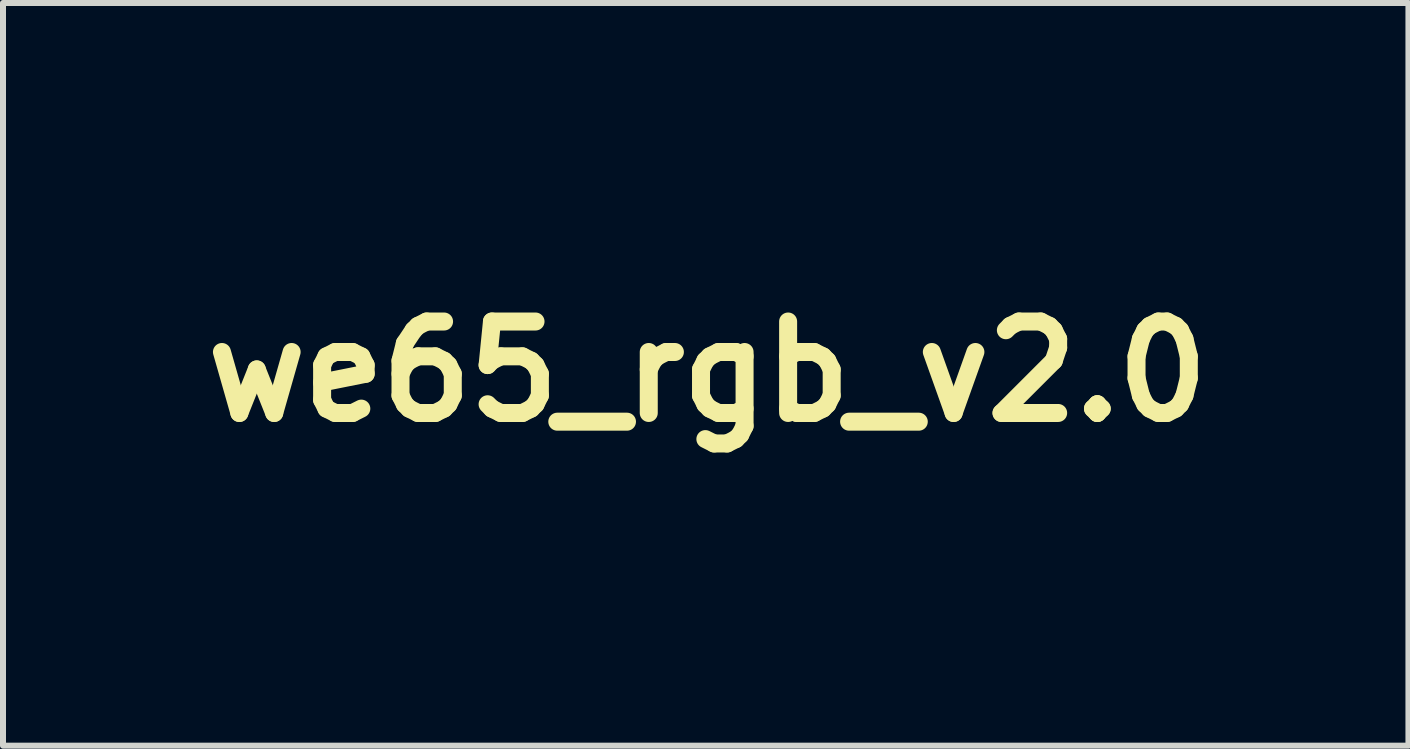
<source format=kicad_pcb>
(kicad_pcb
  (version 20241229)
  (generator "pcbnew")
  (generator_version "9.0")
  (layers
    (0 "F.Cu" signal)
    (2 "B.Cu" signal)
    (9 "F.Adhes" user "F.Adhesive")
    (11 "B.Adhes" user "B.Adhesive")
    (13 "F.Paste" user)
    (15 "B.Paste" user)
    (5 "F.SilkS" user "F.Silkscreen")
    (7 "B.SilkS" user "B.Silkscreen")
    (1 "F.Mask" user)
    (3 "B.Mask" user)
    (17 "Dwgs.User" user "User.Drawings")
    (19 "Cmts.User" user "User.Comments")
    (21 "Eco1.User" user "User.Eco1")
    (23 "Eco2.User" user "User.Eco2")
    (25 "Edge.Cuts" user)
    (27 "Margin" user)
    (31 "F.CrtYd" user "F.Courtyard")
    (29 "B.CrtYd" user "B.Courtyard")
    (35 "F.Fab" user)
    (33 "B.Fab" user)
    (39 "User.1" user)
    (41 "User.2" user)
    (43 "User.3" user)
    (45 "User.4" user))
  (footprint "we65_rgb_v2.0"
    (layer "F.Cu")
    (at 8.74 3.142)
    (property "Reference" "we65_rgb_v2.0" (at 0 0 0) (layer "F.SilkS") (effects (font (size 1.524 1.524) (thickness 0.3))))
    (attr through_hole)
    (fp_poly (pts (xy -4.705 1.639) (xy -4.916 1.639) (xy -4.916 2.224) (xy -5.22 2.224) (xy -5.22 1.541) (xy -5.152 1.473) (xy -5.115 1.439) (xy -5.078 1.418) (xy -5.029 1.408) (xy -4.953 1.405) (xy -4.895 1.405) (xy -4.705 1.405) (xy -4.705 1.639)) (stroke (width 0.01) (type solid)) (fill yes) (layer "F.Mask"))
    (fp_poly (pts (xy 6.064 0.119) (xy 6.102 0.166) (xy 6.11 0.206) (xy 6.101 0.264) (xy 6.082 0.3) (xy 6.025 0.328) (xy 5.96 0.323) (xy 5.907 0.288) (xy 5.894 0.267) (xy 5.882 0.197) (xy 5.914 0.137) (xy 5.952 0.108) (xy 6.009 0.096) (xy 6.064 0.119)) (stroke (width 0.01) (type solid)) (fill yes) (layer "F.Mask"))
    (fp_poly (pts (xy -6.475 1.939) (xy -6.421 1.987) (xy -6.394 2.054) (xy -6.4 2.125) (xy -6.442 2.19) (xy -6.453 2.199) (xy -6.527 2.24) (xy -6.594 2.238) (xy -6.661 2.19) (xy -6.661 2.19) (xy -6.709 2.123) (xy -6.712 2.056) (xy -6.67 1.981) (xy -6.67 1.981) (xy -6.606 1.93) (xy -6.553 1.92) (xy -6.475 1.939)) (stroke (width 0.01) (type solid)) (fill yes) (layer "F.Mask"))
    (fp_poly (pts (xy 6.361 -0.722) (xy 6.416 -0.681) (xy 6.472 -0.595) (xy 6.489 -0.499) (xy 6.468 -0.403) (xy 6.413 -0.32) (xy 6.344 -0.269) (xy 6.265 -0.239) (xy 6.193 -0.242) (xy 6.118 -0.272) (xy 6.042 -0.333) (xy 5.992 -0.421) (xy 5.976 -0.52) (xy 5.98 -0.551) (xy 6.018 -0.64) (xy 6.086 -0.705) (xy 6.174 -0.743) (xy 6.269 -0.75) (xy 6.361 -0.722)) (stroke (width 0.01) (type solid)) (fill yes) (layer "F.Mask"))
    (fp_poly (pts (xy -0.665 1.21) (xy -0.615 1.253) (xy -0.549 1.315) (xy -0.473 1.389) (xy -0.395 1.467) (xy -0.322 1.543) (xy -0.262 1.607) (xy -0.223 1.654) (xy -0.211 1.675) (xy -0.226 1.699) (xy -0.27 1.749) (xy -0.335 1.819) (xy -0.416 1.902) (xy -0.451 1.938) (xy -0.691 2.177) (xy -0.943 1.925) (xy -1.194 1.673) (xy -0.954 1.433) (xy -0.867 1.348) (xy -0.79 1.277) (xy -0.731 1.224) (xy -0.696 1.197) (xy -0.69 1.194) (xy -0.665 1.21)) (stroke (width 0.01) (type solid)) (fill yes) (layer "F.Mask"))
    (fp_poly (pts (xy -0.98 -1.506) (xy -0.859 -1.47) (xy -0.752 -1.403) (xy -0.666 -1.309) (xy -0.608 -1.191) (xy -0.585 -1.053) (xy -0.585 -1.045) (xy -0.607 -0.911) (xy -0.668 -0.785) (xy -0.76 -0.678) (xy -0.847 -0.618) (xy -0.926 -0.594) (xy -1.029 -0.585) (xy -1.137 -0.59) (xy -1.231 -0.609) (xy -1.276 -0.629) (xy -1.393 -0.726) (xy -1.472 -0.842) (xy -1.513 -0.97) (xy -1.514 -1.103) (xy -1.476 -1.233) (xy -1.396 -1.352) (xy -1.35 -1.398) (xy -1.233 -1.474) (xy -1.107 -1.509) (xy -0.98 -1.506)) (stroke (width 0.01) (type solid)) (fill yes) (layer "F.Mask"))
    (fp_poly (pts (xy 6.498 -1.574) (xy 6.702 -1.502) (xy 6.891 -1.389) (xy 6.995 -1.303) (xy 7.113 -1.176) (xy 7.196 -1.055) (xy 7.243 -0.942) (xy 7.251 -0.843) (xy 7.22 -0.76) (xy 7.2 -0.736) (xy 7.128 -0.694) (xy 7.038 -0.678) (xy 6.95 -0.692) (xy 6.923 -0.704) (xy 6.887 -0.74) (xy 6.847 -0.798) (xy 6.838 -0.815) (xy 6.758 -0.929) (xy 6.647 -1.034) (xy 6.521 -1.115) (xy 6.498 -1.125) (xy 6.37 -1.163) (xy 6.228 -1.176) (xy 6.09 -1.163) (xy 6.008 -1.138) (xy 5.897 -1.105) (xy 5.808 -1.108) (xy 5.732 -1.149) (xy 5.71 -1.169) (xy 5.654 -1.25) (xy 5.643 -1.332) (xy 5.674 -1.412) (xy 5.745 -1.482) (xy 5.855 -1.54) (xy 5.859 -1.541) (xy 6.069 -1.596) (xy 6.285 -1.606) (xy 6.498 -1.574)) (stroke (width 0.01) (type solid)) (fill yes) (layer "F.Mask"))
    (fp_poly (pts (xy -7.187 1.129) (xy -7.076 1.146) (xy -6.994 1.178) (xy -6.934 1.23) (xy -6.888 1.305) (xy -6.88 1.32) (xy -6.844 1.44) (xy -6.849 1.55) (xy -6.897 1.653) (xy -6.99 1.753) (xy -7.087 1.826) (xy -7.245 1.931) (xy -6.836 1.945) (xy -6.836 2.224) (xy -7.134 2.222) (xy -7.252 2.22) (xy -7.356 2.216) (xy -7.436 2.209) (xy -7.481 2.202) (xy -7.482 2.201) (xy -7.553 2.151) (xy -7.607 2.073) (xy -7.631 1.988) (xy -7.632 1.976) (xy -7.624 1.919) (xy -7.596 1.864) (xy -7.543 1.804) (xy -7.459 1.734) (xy -7.351 1.655) (xy -7.245 1.572) (xy -7.183 1.505) (xy -7.166 1.453) (xy -7.193 1.415) (xy -7.264 1.391) (xy -7.38 1.382) (xy -7.414 1.381) (xy -7.585 1.381) (xy -7.585 1.124) (xy -7.336 1.124) (xy -7.187 1.129)) (stroke (width 0.01) (type solid)) (fill yes) (layer "F.Mask"))
    (fp_poly (pts (xy 3.465 1.129) (xy 3.576 1.146) (xy 3.658 1.178) (xy 3.717 1.23) (xy 3.764 1.305) (xy 3.771 1.32) (xy 3.808 1.44) (xy 3.803 1.55) (xy 3.755 1.653) (xy 3.662 1.753) (xy 3.564 1.826) (xy 3.406 1.931) (xy 3.816 1.945) (xy 3.816 2.224) (xy 3.517 2.222) (xy 3.4 2.22) (xy 3.295 2.216) (xy 3.216 2.209) (xy 3.171 2.202) (xy 3.169 2.201) (xy 3.099 2.151) (xy 3.045 2.073) (xy 3.02 1.988) (xy 3.02 1.976) (xy 3.028 1.919) (xy 3.056 1.864) (xy 3.109 1.804) (xy 3.192 1.734) (xy 3.301 1.655) (xy 3.407 1.572) (xy 3.468 1.505) (xy 3.486 1.453) (xy 3.459 1.415) (xy 3.388 1.391) (xy 3.272 1.382) (xy 3.238 1.381) (xy 3.067 1.381) (xy 3.067 1.124) (xy 3.316 1.124) (xy 3.465 1.129)) (stroke (width 0.01) (type solid)) (fill yes) (layer "F.Mask"))
    (fp_poly (pts (xy 1.498 1.129) (xy 1.61 1.146) (xy 1.691 1.178) (xy 1.751 1.23) (xy 1.798 1.305) (xy 1.805 1.32) (xy 1.842 1.44) (xy 1.836 1.55) (xy 1.788 1.653) (xy 1.695 1.753) (xy 1.598 1.826) (xy 1.44 1.931) (xy 1.645 1.938) (xy 1.849 1.945) (xy 1.849 2.224) (xy 1.551 2.222) (xy 1.433 2.22) (xy 1.329 2.216) (xy 1.249 2.209) (xy 1.205 2.202) (xy 1.203 2.201) (xy 1.133 2.151) (xy 1.079 2.073) (xy 1.054 1.988) (xy 1.053 1.976) (xy 1.062 1.919) (xy 1.089 1.864) (xy 1.142 1.804) (xy 1.226 1.734) (xy 1.334 1.655) (xy 1.44 1.572) (xy 1.502 1.505) (xy 1.519 1.453) (xy 1.493 1.415) (xy 1.421 1.391) (xy 1.305 1.382) (xy 1.271 1.381) (xy 1.1 1.381) (xy 1.1 1.124) (xy 1.349 1.124) (xy 1.498 1.129)) (stroke (width 0.01) (type solid)) (fill yes) (layer "F.Mask"))
    (fp_poly (pts (xy 6.458 -2.299) (xy 6.716 -2.251) (xy 6.945 -2.174) (xy 7.158 -2.065) (xy 7.362 -1.923) (xy 7.547 -1.755) (xy 7.707 -1.57) (xy 7.831 -1.376) (xy 7.867 -1.301) (xy 7.896 -1.228) (xy 7.903 -1.173) (xy 7.891 -1.117) (xy 7.889 -1.111) (xy 7.84 -1.028) (xy 7.764 -0.978) (xy 7.674 -0.966) (xy 7.59 -0.989) (xy 7.552 -1.022) (xy 7.505 -1.084) (xy 7.462 -1.157) (xy 7.368 -1.302) (xy 7.242 -1.448) (xy 7.097 -1.582) (xy 6.945 -1.691) (xy 6.855 -1.742) (xy 6.609 -1.836) (xy 6.365 -1.884) (xy 6.121 -1.886) (xy 5.876 -1.84) (xy 5.799 -1.817) (xy 5.658 -1.775) (xy 5.55 -1.758) (xy 5.47 -1.766) (xy 5.413 -1.797) (xy 5.408 -1.802) (xy 5.356 -1.883) (xy 5.345 -1.971) (xy 5.372 -2.057) (xy 5.437 -2.128) (xy 5.475 -2.152) (xy 5.695 -2.24) (xy 5.939 -2.294) (xy 6.196 -2.313) (xy 6.458 -2.299)) (stroke (width 0.01) (type solid)) (fill yes) (layer "F.Mask"))
    (fp_poly (pts (xy 8.048 -0.116) (xy 8.2 -0.115) (xy 8.318 -0.11) (xy 8.406 -0.102) (xy 8.472 -0.088) (xy 8.52 -0.068) (xy 8.556 -0.041) (xy 8.587 -0.005) (xy 8.617 0.038) (xy 8.652 0.127) (xy 8.662 0.236) (xy 8.645 0.344) (xy 8.614 0.417) (xy 8.579 0.467) (xy 8.539 0.506) (xy 8.487 0.535) (xy 8.418 0.556) (xy 8.325 0.57) (xy 8.203 0.579) (xy 8.046 0.582) (xy 7.854 0.583) (xy 7.699 0.581) (xy 7.556 0.578) (xy 7.432 0.574) (xy 7.336 0.568) (xy 7.277 0.562) (xy 7.265 0.56) (xy 7.178 0.513) (xy 7.103 0.433) (xy 7.05 0.335) (xy 7.034 0.274) (xy 7.039 0.158) (xy 7.081 0.047) (xy 7.155 -0.043) (xy 7.194 -0.071) (xy 7.22 -0.085) (xy 7.251 -0.096) (xy 7.292 -0.104) (xy 7.35 -0.11) (xy 7.431 -0.114) (xy 7.541 -0.116) (xy 7.686 -0.117) (xy 7.854 -0.117) (xy 8.048 -0.116)) (stroke (width 0.01) (type solid)) (fill yes) (layer "F.Mask"))
    (fp_poly (pts (xy 7.376 1.403) (xy 7.501 1.464) (xy 7.603 1.557) (xy 7.649 1.626) (xy 7.676 1.715) (xy 7.684 1.824) (xy 7.672 1.931) (xy 7.648 2.005) (xy 7.57 2.108) (xy 7.461 2.188) (xy 7.334 2.235) (xy 7.234 2.246) (xy 7.173 2.238) (xy 7.099 2.218) (xy 7.084 2.213) (xy 6.963 2.147) (xy 6.872 2.052) (xy 6.815 1.937) (xy 6.796 1.817) (xy 7.093 1.817) (xy 7.113 1.888) (xy 7.165 1.939) (xy 7.233 1.963) (xy 7.305 1.954) (xy 7.334 1.937) (xy 7.377 1.879) (xy 7.389 1.804) (xy 7.37 1.73) (xy 7.357 1.711) (xy 7.297 1.667) (xy 7.228 1.66) (xy 7.163 1.685) (xy 7.114 1.737) (xy 7.093 1.812) (xy 7.093 1.817) (xy 6.796 1.817) (xy 6.795 1.809) (xy 6.815 1.679) (xy 6.861 1.577) (xy 6.922 1.511) (xy 7.014 1.451) (xy 7.118 1.405) (xy 7.217 1.382) (xy 7.239 1.381) (xy 7.376 1.403)) (stroke (width 0.01) (type solid)) (fill yes) (layer "F.Mask"))
    (fp_poly (pts (xy -3.277 1.453) (xy -3.208 1.417) (xy -3.102 1.387) (xy -2.987 1.394) (xy -2.875 1.435) (xy -2.78 1.506) (xy -2.734 1.564) (xy -2.688 1.68) (xy -2.677 1.807) (xy -2.7 1.935) (xy -2.754 2.051) (xy -2.835 2.144) (xy -2.883 2.176) (xy -2.977 2.213) (xy -3.091 2.235) (xy -3.203 2.239) (xy -3.282 2.226) (xy -3.399 2.166) (xy -3.493 2.077) (xy -3.537 2.004) (xy -3.553 1.963) (xy -3.565 1.915) (xy -3.573 1.853) (xy -3.575 1.815) (xy -3.273 1.815) (xy -3.254 1.892) (xy -3.2 1.95) (xy -3.186 1.958) (xy -3.111 1.973) (xy -3.045 1.945) (xy -3 1.886) (xy -2.982 1.811) (xy -2.999 1.745) (xy -3.041 1.695) (xy -3.098 1.666) (xy -3.161 1.664) (xy -3.22 1.695) (xy -3.252 1.737) (xy -3.273 1.815) (xy -3.575 1.815) (xy -3.578 1.768) (xy -3.58 1.653) (xy -3.581 1.5) (xy -3.581 1.481) (xy -3.582 1.053) (xy -3.277 1.053) (xy -3.277 1.453)) (stroke (width 0.01) (type solid)) (fill yes) (layer "F.Mask"))
    (fp_poly (pts (xy 6.343 -3.015) (xy 6.531 -3.003) (xy 6.704 -2.984) (xy 6.847 -2.957) (xy 6.871 -2.951) (xy 7.202 -2.837) (xy 7.509 -2.684) (xy 7.791 -2.493) (xy 8.045 -2.265) (xy 8.268 -2.004) (xy 8.444 -1.734) (xy 8.507 -1.612) (xy 8.539 -1.517) (xy 8.541 -1.441) (xy 8.513 -1.376) (xy 8.476 -1.333) (xy 8.395 -1.277) (xy 8.308 -1.266) (xy 8.225 -1.299) (xy 8.224 -1.299) (xy 8.189 -1.336) (xy 8.142 -1.402) (xy 8.093 -1.482) (xy 8.089 -1.49) (xy 7.916 -1.758) (xy 7.713 -1.992) (xy 7.483 -2.191) (xy 7.227 -2.352) (xy 6.951 -2.474) (xy 6.656 -2.555) (xy 6.35 -2.592) (xy 6.094 -2.593) (xy 5.862 -2.567) (xy 5.64 -2.512) (xy 5.537 -2.477) (xy 5.392 -2.427) (xy 5.281 -2.4) (xy 5.199 -2.396) (xy 5.14 -2.416) (xy 5.095 -2.462) (xy 5.066 -2.518) (xy 5.048 -2.614) (xy 5.075 -2.702) (xy 5.142 -2.776) (xy 5.189 -2.805) (xy 5.295 -2.85) (xy 5.431 -2.898) (xy 5.582 -2.942) (xy 5.732 -2.978) (xy 5.834 -2.997) (xy 5.98 -3.012) (xy 6.155 -3.018) (xy 6.343 -3.015)) (stroke (width 0.01) (type solid)) (fill yes) (layer "F.Mask"))
    (fp_poly (pts (xy 3.629 -2.506) (xy 3.155 -2.5) (xy 2.68 -2.493) (xy 2.674 -2.374) (xy 2.667 -2.254) (xy 2.922 -2.242) (xy 3.052 -2.234) (xy 3.148 -2.222) (xy 3.225 -2.203) (xy 3.297 -2.175) (xy 3.308 -2.17) (xy 3.474 -2.071) (xy 3.608 -1.941) (xy 3.706 -1.785) (xy 3.71 -1.776) (xy 3.741 -1.702) (xy 3.759 -1.64) (xy 3.767 -1.573) (xy 3.767 -1.485) (xy 3.764 -1.419) (xy 3.746 -1.251) (xy 3.706 -1.114) (xy 3.637 -0.994) (xy 3.533 -0.877) (xy 3.514 -0.859) (xy 3.45 -0.801) (xy 3.393 -0.754) (xy 3.336 -0.718) (xy 3.273 -0.69) (xy 3.197 -0.67) (xy 3.104 -0.657) (xy 2.986 -0.648) (xy 2.837 -0.642) (xy 2.651 -0.639) (xy 2.522 -0.637) (xy 1.873 -0.629) (xy 1.873 -1.264) (xy 2.361 -1.264) (xy 2.552 -1.265) (xy 2.702 -1.269) (xy 2.816 -1.276) (xy 2.899 -1.288) (xy 2.957 -1.305) (xy 2.995 -1.327) (xy 3.019 -1.356) (xy 3.02 -1.359) (xy 3.044 -1.444) (xy 3.029 -1.527) (xy 2.982 -1.59) (xy 2.958 -1.607) (xy 2.93 -1.619) (xy 2.892 -1.628) (xy 2.835 -1.633) (xy 2.755 -1.637) (xy 2.643 -1.638) (xy 2.492 -1.639) (xy 2.443 -1.639) (xy 1.966 -1.639) (xy 1.966 -3.137) (xy 3.629 -3.137) (xy 3.629 -2.506)) (stroke (width 0.01) (type solid)) (fill yes) (layer "F.Mask"))
    (fp_poly (pts (xy -7.808 1.405) (xy -7.75 1.408) (xy -7.725 1.411) (xy -7.725 1.411) (xy -7.733 1.439) (xy -7.753 1.501) (xy -7.782 1.589) (xy -7.817 1.694) (xy -7.856 1.805) (xy -7.894 1.915) (xy -7.929 2.013) (xy -7.957 2.09) (xy -7.975 2.138) (xy -7.979 2.147) (xy -8.024 2.192) (xy -8.097 2.227) (xy -8.179 2.246) (xy -8.203 2.246) (xy -8.26 2.235) (xy -8.314 2.212) (xy -8.364 2.174) (xy -8.392 2.137) (xy -8.405 2.102) (xy -8.429 2.035) (xy -8.46 1.944) (xy -8.496 1.839) (xy -8.533 1.729) (xy -8.569 1.622) (xy -8.601 1.529) (xy -8.624 1.457) (xy -8.637 1.417) (xy -8.638 1.411) (xy -8.617 1.408) (xy -8.561 1.406) (xy -8.481 1.405) (xy -8.476 1.405) (xy -8.388 1.407) (xy -8.336 1.414) (xy -8.31 1.43) (xy -8.302 1.446) (xy -8.292 1.485) (xy -8.275 1.558) (xy -8.254 1.653) (xy -8.24 1.716) (xy -8.218 1.811) (xy -8.198 1.885) (xy -8.183 1.928) (xy -8.178 1.935) (xy -8.168 1.909) (xy -8.152 1.847) (xy -8.132 1.762) (xy -8.122 1.717) (xy -8.1 1.618) (xy -8.081 1.531) (xy -8.068 1.471) (xy -8.065 1.457) (xy -8.054 1.43) (xy -8.032 1.414) (xy -7.986 1.407) (xy -7.907 1.405) (xy -7.889 1.405) (xy -7.808 1.405)) (stroke (width 0.01) (type solid)) (fill yes) (layer "F.Mask"))
    (fp_poly (pts (xy 8.579 1.405) (xy 8.637 1.408) (xy 8.662 1.411) (xy 8.662 1.411) (xy 8.654 1.439) (xy 8.635 1.501) (xy 8.605 1.589) (xy 8.57 1.694) (xy 8.531 1.805) (xy 8.493 1.915) (xy 8.459 2.013) (xy 8.43 2.09) (xy 8.412 2.138) (xy 8.408 2.147) (xy 8.363 2.192) (xy 8.29 2.227) (xy 8.208 2.246) (xy 8.184 2.246) (xy 8.127 2.235) (xy 8.073 2.212) (xy 8.023 2.174) (xy 7.995 2.137) (xy 7.982 2.102) (xy 7.958 2.035) (xy 7.927 1.944) (xy 7.891 1.839) (xy 7.854 1.729) (xy 7.818 1.622) (xy 7.787 1.529) (xy 7.763 1.457) (xy 7.75 1.417) (xy 7.749 1.411) (xy 7.77 1.408) (xy 7.827 1.406) (xy 7.906 1.405) (xy 7.911 1.405) (xy 7.999 1.407) (xy 8.051 1.414) (xy 8.077 1.43) (xy 8.085 1.446) (xy 8.095 1.485) (xy 8.112 1.558) (xy 8.133 1.653) (xy 8.147 1.716) (xy 8.169 1.811) (xy 8.189 1.885) (xy 8.204 1.928) (xy 8.209 1.935) (xy 8.219 1.909) (xy 8.235 1.847) (xy 8.255 1.762) (xy 8.265 1.717) (xy 8.287 1.618) (xy 8.306 1.531) (xy 8.319 1.471) (xy 8.322 1.457) (xy 8.333 1.43) (xy 8.355 1.414) (xy 8.401 1.407) (xy 8.48 1.405) (xy 8.498 1.405) (xy 8.579 1.405)) (stroke (width 0.01) (type solid)) (fill yes) (layer "F.Mask"))
    (fp_poly (pts (xy -4.008 1.414) (xy -3.896 1.476) (xy -3.808 1.567) (xy -3.752 1.684) (xy -3.748 1.697) (xy -3.736 1.772) (xy -3.727 1.875) (xy -3.723 1.994) (xy -3.723 2.117) (xy -3.727 2.233) (xy -3.735 2.33) (xy -3.747 2.396) (xy -3.752 2.411) (xy -3.792 2.467) (xy -3.851 2.507) (xy -3.937 2.533) (xy -4.055 2.547) (xy -4.213 2.552) (xy -4.22 2.552) (xy -4.495 2.552) (xy -4.495 2.294) (xy -4.289 2.294) (xy -4.174 2.292) (xy -4.098 2.281) (xy -4.054 2.259) (xy -4.032 2.221) (xy -4.027 2.163) (xy -4.027 2.157) (xy -4.028 2.105) (xy -4.039 2.092) (xy -4.066 2.112) (xy -4.07 2.116) (xy -4.158 2.167) (xy -4.266 2.187) (xy -4.356 2.177) (xy -4.472 2.126) (xy -4.557 2.042) (xy -4.601 1.955) (xy -4.629 1.821) (xy -4.628 1.807) (xy -4.315 1.807) (xy -4.296 1.881) (xy -4.245 1.928) (xy -4.171 1.942) (xy -4.109 1.928) (xy -4.064 1.889) (xy -4.041 1.826) (xy -4.048 1.76) (xy -4.053 1.748) (xy -4.096 1.689) (xy -4.153 1.665) (xy -4.193 1.662) (xy -4.263 1.681) (xy -4.304 1.736) (xy -4.315 1.807) (xy -4.628 1.807) (xy -4.615 1.691) (xy -4.561 1.573) (xy -4.47 1.477) (xy -4.402 1.434) (xy -4.269 1.389) (xy -4.135 1.384) (xy -4.008 1.414)) (stroke (width 0.01) (type solid)) (fill yes) (layer "F.Mask"))
    (fp_poly (pts (xy -2.673 -3) (xy -2.455 -2.94) (xy -2.264 -2.845) (xy -2.101 -2.717) (xy -1.969 -2.557) (xy -1.871 -2.371) (xy -1.808 -2.159) (xy -1.784 -1.925) (xy -1.793 -1.72) (xy -1.814 -1.533) (xy -2.535 -1.527) (xy -3.255 -1.521) (xy -3.22 -1.454) (xy -3.192 -1.411) (xy -3.155 -1.377) (xy -3.102 -1.351) (xy -3.028 -1.333) (xy -2.928 -1.321) (xy -2.795 -1.314) (xy -2.625 -1.311) (xy -2.504 -1.311) (xy -2.013 -1.311) (xy -2.013 -0.632) (xy -2.511 -0.634) (xy -2.707 -0.637) (xy -2.88 -0.642) (xy -3.022 -0.651) (xy -3.126 -0.661) (xy -3.16 -0.667) (xy -3.396 -0.734) (xy -3.606 -0.833) (xy -3.785 -0.962) (xy -3.932 -1.117) (xy -4.042 -1.295) (xy -4.112 -1.494) (xy -4.117 -1.517) (xy -4.138 -1.672) (xy -4.142 -1.848) (xy -4.13 -2.013) (xy -3.298 -2.013) (xy -2.574 -2.013) (xy -2.59 -2.078) (xy -2.635 -2.195) (xy -2.706 -2.276) (xy -2.809 -2.322) (xy -2.899 -2.336) (xy -3.036 -2.331) (xy -3.142 -2.29) (xy -3.22 -2.213) (xy -3.273 -2.098) (xy -3.277 -2.086) (xy -3.298 -2.013) (xy -4.13 -2.013) (xy -4.129 -2.024) (xy -4.118 -2.097) (xy -4.057 -2.306) (xy -3.957 -2.495) (xy -3.822 -2.66) (xy -3.656 -2.798) (xy -3.464 -2.906) (xy -3.25 -2.979) (xy -3.017 -3.016) (xy -2.915 -3.02) (xy -2.673 -3)) (stroke (width 0.01) (type solid)) (fill yes) (layer "F.Mask"))
    (fp_poly (pts (xy -5.653 1.119) (xy -5.536 1.169) (xy -5.442 1.25) (xy -5.427 1.269) (xy -5.405 1.304) (xy -5.39 1.34) (xy -5.38 1.386) (xy -5.375 1.454) (xy -5.373 1.55) (xy -5.373 1.664) (xy -5.373 1.792) (xy -5.375 1.883) (xy -5.38 1.945) (xy -5.39 1.989) (xy -5.407 2.023) (xy -5.43 2.058) (xy -5.436 2.064) (xy -5.498 2.129) (xy -5.573 2.182) (xy -5.588 2.19) (xy -5.687 2.222) (xy -5.804 2.239) (xy -5.916 2.237) (xy -5.977 2.225) (xy -6.078 2.175) (xy -6.169 2.098) (xy -6.233 2.01) (xy -6.236 2.005) (xy -6.254 1.95) (xy -6.266 1.874) (xy -6.272 1.767) (xy -6.273 1.668) (xy -5.97 1.668) (xy -5.968 1.764) (xy -5.961 1.826) (xy -5.946 1.868) (xy -5.919 1.902) (xy -5.912 1.909) (xy -5.863 1.948) (xy -5.82 1.966) (xy -5.817 1.966) (xy -5.776 1.951) (xy -5.727 1.913) (xy -5.723 1.909) (xy -5.693 1.874) (xy -5.676 1.835) (xy -5.668 1.778) (xy -5.665 1.69) (xy -5.665 1.668) (xy -5.671 1.544) (xy -5.689 1.459) (xy -5.724 1.407) (xy -5.778 1.384) (xy -5.817 1.381) (xy -5.884 1.392) (xy -5.929 1.426) (xy -5.956 1.492) (xy -5.968 1.594) (xy -5.97 1.668) (xy -6.273 1.668) (xy -6.274 1.659) (xy -6.272 1.538) (xy -6.268 1.452) (xy -6.258 1.391) (xy -6.242 1.342) (xy -6.221 1.301) (xy -6.143 1.208) (xy -6.037 1.143) (xy -5.913 1.106) (xy -5.782 1.098) (xy -5.653 1.119)) (stroke (width 0.01) (type solid)) (fill yes) (layer "F.Mask"))
    (fp_poly (pts (xy 2.588 1.119) (xy 2.704 1.169) (xy 2.798 1.25) (xy 2.813 1.269) (xy 2.835 1.304) (xy 2.85 1.34) (xy 2.86 1.386) (xy 2.865 1.454) (xy 2.867 1.55) (xy 2.868 1.664) (xy 2.867 1.792) (xy 2.865 1.883) (xy 2.86 1.945) (xy 2.85 1.989) (xy 2.834 2.023) (xy 2.81 2.058) (xy 2.805 2.064) (xy 2.742 2.129) (xy 2.667 2.182) (xy 2.653 2.19) (xy 2.553 2.222) (xy 2.437 2.239) (xy 2.325 2.237) (xy 2.263 2.225) (xy 2.163 2.175) (xy 2.071 2.098) (xy 2.007 2.01) (xy 2.005 2.005) (xy 1.986 1.95) (xy 1.974 1.874) (xy 1.968 1.767) (xy 1.967 1.668) (xy 2.271 1.668) (xy 2.272 1.764) (xy 2.279 1.826) (xy 2.295 1.868) (xy 2.321 1.902) (xy 2.328 1.909) (xy 2.378 1.948) (xy 2.42 1.966) (xy 2.423 1.966) (xy 2.464 1.951) (xy 2.514 1.913) (xy 2.518 1.909) (xy 2.547 1.874) (xy 2.564 1.835) (xy 2.573 1.778) (xy 2.575 1.69) (xy 2.575 1.668) (xy 2.57 1.544) (xy 2.551 1.459) (xy 2.516 1.407) (xy 2.462 1.384) (xy 2.423 1.381) (xy 2.357 1.392) (xy 2.312 1.426) (xy 2.285 1.492) (xy 2.272 1.594) (xy 2.271 1.668) (xy 1.967 1.668) (xy 1.967 1.659) (xy 1.968 1.538) (xy 1.973 1.452) (xy 1.982 1.391) (xy 1.999 1.342) (xy 2.02 1.301) (xy 2.098 1.208) (xy 2.204 1.143) (xy 2.327 1.106) (xy 2.459 1.098) (xy 2.588 1.119)) (stroke (width 0.01) (type solid)) (fill yes) (layer "F.Mask"))
    (fp_poly (pts (xy 4.577 1.119) (xy 4.694 1.169) (xy 4.788 1.25) (xy 4.803 1.269) (xy 4.825 1.304) (xy 4.84 1.34) (xy 4.85 1.386) (xy 4.855 1.454) (xy 4.857 1.55) (xy 4.858 1.664) (xy 4.857 1.792) (xy 4.855 1.883) (xy 4.85 1.945) (xy 4.84 1.989) (xy 4.824 2.023) (xy 4.8 2.058) (xy 4.795 2.064) (xy 4.732 2.129) (xy 4.657 2.182) (xy 4.642 2.19) (xy 4.543 2.222) (xy 4.426 2.239) (xy 4.315 2.237) (xy 4.253 2.225) (xy 4.153 2.175) (xy 4.061 2.098) (xy 3.997 2.01) (xy 3.995 2.005) (xy 3.976 1.95) (xy 3.964 1.874) (xy 3.958 1.767) (xy 3.957 1.668) (xy 4.261 1.668) (xy 4.262 1.764) (xy 4.269 1.826) (xy 4.284 1.868) (xy 4.311 1.902) (xy 4.318 1.909) (xy 4.367 1.948) (xy 4.41 1.966) (xy 4.413 1.966) (xy 4.454 1.951) (xy 4.503 1.913) (xy 4.508 1.909) (xy 4.537 1.874) (xy 4.554 1.835) (xy 4.563 1.778) (xy 4.565 1.69) (xy 4.565 1.668) (xy 4.56 1.544) (xy 4.541 1.459) (xy 4.506 1.407) (xy 4.452 1.384) (xy 4.413 1.381) (xy 4.347 1.392) (xy 4.302 1.426) (xy 4.275 1.492) (xy 4.262 1.594) (xy 4.261 1.668) (xy 3.957 1.668) (xy 3.957 1.659) (xy 3.958 1.538) (xy 3.963 1.452) (xy 3.972 1.391) (xy 3.988 1.342) (xy 4.009 1.301) (xy 4.088 1.208) (xy 4.194 1.143) (xy 4.317 1.106) (xy 4.449 1.098) (xy 4.577 1.119)) (stroke (width 0.01) (type solid)) (fill yes) (layer "F.Mask"))
    (fp_poly (pts (xy 5.953 1.115) (xy 6.057 1.162) (xy 6.142 1.242) (xy 6.168 1.275) (xy 6.186 1.308) (xy 6.196 1.351) (xy 6.202 1.413) (xy 6.204 1.505) (xy 6.204 1.6) (xy 6.206 1.737) (xy 6.211 1.834) (xy 6.222 1.896) (xy 6.24 1.93) (xy 6.266 1.941) (xy 6.288 1.939) (xy 6.304 1.933) (xy 6.316 1.917) (xy 6.325 1.885) (xy 6.33 1.83) (xy 6.334 1.745) (xy 6.337 1.625) (xy 6.339 1.527) (xy 6.345 1.124) (xy 6.672 1.124) (xy 6.672 1.553) (xy 6.672 1.706) (xy 6.67 1.82) (xy 6.667 1.901) (xy 6.661 1.959) (xy 6.651 2) (xy 6.637 2.032) (xy 6.619 2.062) (xy 6.552 2.133) (xy 6.461 2.194) (xy 6.362 2.235) (xy 6.287 2.246) (xy 6.216 2.237) (xy 6.136 2.217) (xy 6.127 2.214) (xy 6.042 2.177) (xy 5.981 2.132) (xy 5.939 2.071) (xy 5.915 1.986) (xy 5.902 1.869) (xy 5.899 1.726) (xy 5.896 1.581) (xy 5.886 1.478) (xy 5.867 1.414) (xy 5.838 1.386) (xy 5.799 1.388) (xy 5.797 1.388) (xy 5.783 1.399) (xy 5.773 1.422) (xy 5.766 1.464) (xy 5.762 1.531) (xy 5.76 1.631) (xy 5.759 1.77) (xy 5.759 1.814) (xy 5.759 2.224) (xy 5.431 2.224) (xy 5.431 1.783) (xy 5.431 1.628) (xy 5.433 1.512) (xy 5.436 1.428) (xy 5.442 1.369) (xy 5.451 1.327) (xy 5.464 1.295) (xy 5.482 1.265) (xy 5.484 1.262) (xy 5.571 1.172) (xy 5.688 1.118) (xy 5.824 1.1) (xy 5.953 1.115)) (stroke (width 0.01) (type solid)) (fill yes) (layer "F.Mask"))
    (fp_poly (pts (xy 1.073 -3.136) (xy 1.185 -3.134) (xy 1.261 -3.13) (xy 1.304 -3.123) (xy 1.32 -3.114) (xy 1.319 -3.108) (xy 1.301 -3.079) (xy 1.262 -3.018) (xy 1.207 -2.933) (xy 1.139 -2.829) (xy 1.081 -2.739) (xy 1.008 -2.627) (xy 0.944 -2.527) (xy 0.894 -2.447) (xy 0.861 -2.393) (xy 0.85 -2.374) (xy 0.865 -2.354) (xy 0.92 -2.338) (xy 0.956 -2.332) (xy 1.123 -2.288) (xy 1.283 -2.204) (xy 1.426 -2.09) (xy 1.541 -1.951) (xy 1.616 -1.807) (xy 1.641 -1.734) (xy 1.655 -1.663) (xy 1.66 -1.58) (xy 1.659 -1.468) (xy 1.658 -1.44) (xy 1.652 -1.325) (xy 1.642 -1.243) (xy 1.626 -1.178) (xy 1.6 -1.118) (xy 1.581 -1.082) (xy 1.465 -0.917) (xy 1.317 -0.783) (xy 1.141 -0.684) (xy 0.941 -0.62) (xy 0.72 -0.592) (xy 0.482 -0.603) (xy 0.421 -0.612) (xy 0.239 -0.662) (xy 0.068 -0.749) (xy -0.081 -0.865) (xy -0.2 -1.005) (xy -0.255 -1.1) (xy -0.281 -1.16) (xy -0.299 -1.216) (xy -0.309 -1.278) (xy -0.314 -1.36) (xy -0.316 -1.474) (xy 0.383 -1.474) (xy 0.409 -1.383) (xy 0.464 -1.309) (xy 0.543 -1.256) (xy 0.636 -1.23) (xy 0.736 -1.237) (xy 0.835 -1.281) (xy 0.843 -1.286) (xy 0.917 -1.364) (xy 0.952 -1.458) (xy 0.947 -1.558) (xy 0.901 -1.655) (xy 0.867 -1.695) (xy 0.817 -1.739) (xy 0.767 -1.76) (xy 0.697 -1.767) (xy 0.669 -1.767) (xy 0.553 -1.751) (xy 0.469 -1.701) (xy 0.411 -1.613) (xy 0.397 -1.577) (xy 0.383 -1.474) (xy -0.316 -1.474) (xy -0.316 -1.474) (xy -0.316 -1.51) (xy -0.316 -1.792) (xy -0.204 -2.024) (xy -0.156 -2.115) (xy -0.087 -2.234) (xy -0.004 -2.372) (xy 0.088 -2.519) (xy 0.183 -2.664) (xy 0.204 -2.696) (xy 0.5 -3.137) (xy 0.919 -3.137) (xy 1.073 -3.136)) (stroke (width 0.01) (type solid)) (fill yes) (layer "F.Mask"))
    (fp_poly (pts (xy 1.482 2.762) (xy 2.151 2.762) (xy 2.777 2.762) (xy 3.361 2.762) (xy 3.906 2.762) (xy 4.412 2.763) (xy 4.882 2.763) (xy 5.315 2.763) (xy 5.715 2.764) (xy 6.081 2.764) (xy 6.416 2.765) (xy 6.721 2.766) (xy 6.997 2.767) (xy 7.246 2.767) (xy 7.469 2.769) (xy 7.668 2.77) (xy 7.843 2.771) (xy 7.997 2.772) (xy 8.13 2.774) (xy 8.245 2.776) (xy 8.341 2.777) (xy 8.422 2.779) (xy 8.488 2.782) (xy 8.541 2.784) (xy 8.582 2.786) (xy 8.612 2.789) (xy 8.633 2.792) (xy 8.646 2.795) (xy 8.653 2.798) (xy 8.654 2.8) (xy 8.669 2.847) (xy 8.674 2.922) (xy 8.67 3.011) (xy 8.658 3.098) (xy 8.64 3.167) (xy 8.619 3.201) (xy 8.563 3.228) (xy 8.509 3.213) (xy 8.474 3.184) (xy 8.439 3.125) (xy 8.428 3.067) (xy 8.428 2.996) (xy -0.07 2.996) (xy -0.82 2.996) (xy -1.524 2.996) (xy -2.184 2.996) (xy -2.801 2.996) (xy -3.377 2.996) (xy -3.914 2.996) (xy -4.413 2.996) (xy -4.874 2.996) (xy -5.3 2.996) (xy -5.692 2.995) (xy -6.052 2.995) (xy -6.381 2.994) (xy -6.679 2.994) (xy -6.95 2.993) (xy -7.194 2.992) (xy -7.412 2.991) (xy -7.606 2.99) (xy -7.778 2.989) (xy -7.928 2.987) (xy -8.059 2.986) (xy -8.172 2.984) (xy -8.268 2.982) (xy -8.348 2.98) (xy -8.414 2.978) (xy -8.468 2.976) (xy -8.51 2.973) (xy -8.543 2.971) (xy -8.568 2.968) (xy -8.585 2.964) (xy -8.597 2.961) (xy -8.606 2.957) (xy -8.611 2.953) (xy -8.615 2.95) (xy -8.656 2.892) (xy -8.653 2.837) (xy -8.632 2.802) (xy -8.628 2.799) (xy -8.619 2.795) (xy -8.603 2.792) (xy -8.581 2.789) (xy -8.549 2.787) (xy -8.507 2.784) (xy -8.453 2.782) (xy -8.386 2.78) (xy -8.305 2.778) (xy -8.208 2.776) (xy -8.093 2.774) (xy -7.96 2.773) (xy -7.807 2.771) (xy -7.632 2.77) (xy -7.434 2.769) (xy -7.212 2.768) (xy -6.964 2.767) (xy -6.689 2.766) (xy -6.385 2.765) (xy -6.051 2.765) (xy -5.686 2.764) (xy -5.289 2.764) (xy -4.857 2.763) (xy -4.389 2.763) (xy -3.885 2.763) (xy -3.342 2.763) (xy -2.76 2.762) (xy -2.136 2.762) (xy -1.47 2.762) (xy -0.759 2.762) (xy -0.004 2.762) (xy 0.012 2.762) (xy 0.77 2.762) (xy 1.482 2.762)) (stroke (width 0.01) (type solid)) (fill yes) (layer "F.Mask"))
    (fp_poly (pts (xy -1.861 -0.117) (xy -1.205 -0.117) (xy -0.595 -0.117) (xy -0.028 -0.117) (xy 0.497 -0.117) (xy 0.982 -0.116) (xy 1.428 -0.116) (xy 1.837 -0.116) (xy 2.21 -0.116) (xy 2.55 -0.115) (xy 2.858 -0.115) (xy 3.135 -0.114) (xy 3.384 -0.113) (xy 3.605 -0.112) (xy 3.8 -0.111) (xy 3.971 -0.11) (xy 4.121 -0.108) (xy 4.249 -0.107) (xy 4.358 -0.105) (xy 4.45 -0.103) (xy 4.526 -0.1) (xy 4.588 -0.098) (xy 4.637 -0.095) (xy 4.675 -0.092) (xy 4.704 -0.089) (xy 4.725 -0.086) (xy 4.74 -0.082) (xy 4.751 -0.078) (xy 4.759 -0.074) (xy 4.761 -0.073) (xy 4.852 0.011) (xy 4.903 0.117) (xy 4.916 0.222) (xy 4.897 0.352) (xy 4.841 0.453) (xy 4.746 0.528) (xy 4.723 0.539) (xy 4.712 0.544) (xy 4.699 0.548) (xy 4.683 0.552) (xy 4.661 0.556) (xy 4.633 0.559) (xy 4.595 0.562) (xy 4.548 0.565) (xy 4.489 0.567) (xy 4.416 0.57) (xy 4.328 0.572) (xy 4.224 0.574) (xy 4.1 0.575) (xy 3.957 0.577) (xy 3.792 0.578) (xy 3.604 0.579) (xy 3.39 0.58) (xy 3.15 0.581) (xy 2.881 0.581) (xy 2.583 0.582) (xy 2.252 0.582) (xy 1.889 0.583) (xy 1.49 0.583) (xy 1.055 0.583) (xy 0.582 0.583) (xy 0.069 0.583) (xy -0.486 0.583) (xy -1.084 0.583) (xy -1.727 0.583) (xy -1.861 0.583) (xy -2.476 0.582) (xy -3.068 0.582) (xy -3.638 0.582) (xy -4.183 0.581) (xy -4.701 0.58) (xy -5.193 0.579) (xy -5.655 0.578) (xy -6.086 0.577) (xy -6.486 0.576) (xy -6.853 0.574) (xy -7.185 0.573) (xy -7.48 0.571) (xy -7.738 0.57) (xy -7.957 0.568) (xy -8.135 0.566) (xy -8.272 0.564) (xy -8.365 0.562) (xy -8.413 0.56) (xy -8.419 0.56) (xy -8.506 0.513) (xy -8.582 0.433) (xy -8.635 0.335) (xy -8.651 0.274) (xy -8.646 0.158) (xy -8.603 0.047) (xy -8.529 -0.043) (xy -8.491 -0.071) (xy -8.483 -0.076) (xy -8.473 -0.08) (xy -8.46 -0.084) (xy -8.442 -0.088) (xy -8.417 -0.091) (xy -8.383 -0.094) (xy -8.34 -0.097) (xy -8.286 -0.099) (xy -8.218 -0.102) (xy -8.135 -0.104) (xy -8.036 -0.106) (xy -7.919 -0.108) (xy -7.782 -0.109) (xy -7.623 -0.111) (xy -7.442 -0.112) (xy -7.236 -0.113) (xy -7.004 -0.114) (xy -6.744 -0.114) (xy -6.454 -0.115) (xy -6.133 -0.115) (xy -5.78 -0.116) (xy -5.392 -0.116) (xy -4.968 -0.116) (xy -4.506 -0.117) (xy -4.005 -0.117) (xy -3.463 -0.117) (xy -2.878 -0.117) (xy -2.249 -0.117) (xy -1.861 -0.117)) (stroke (width 0.01) (type solid)) (fill yes) (layer "F.Mask"))
    (fp_poly (pts (xy -6.377 -3) (xy -6.171 -2.942) (xy -5.991 -2.849) (xy -5.838 -2.722) (xy -5.718 -2.564) (xy -5.695 -2.523) (xy -5.674 -2.482) (xy -5.658 -2.443) (xy -5.646 -2.401) (xy -5.637 -2.348) (xy -5.631 -2.277) (xy -5.627 -2.181) (xy -5.623 -2.052) (xy -5.619 -1.883) (xy -5.619 -1.882) (xy -5.614 -1.703) (xy -5.609 -1.565) (xy -5.602 -1.463) (xy -5.592 -1.389) (xy -5.578 -1.34) (xy -5.558 -1.308) (xy -5.533 -1.289) (xy -5.499 -1.275) (xy -5.498 -1.275) (xy -5.44 -1.279) (xy -5.406 -1.301) (xy -5.394 -1.314) (xy -5.384 -1.332) (xy -5.377 -1.359) (xy -5.371 -1.402) (xy -5.367 -1.463) (xy -5.364 -1.549) (xy -5.362 -1.664) (xy -5.361 -1.813) (xy -5.361 -2.001) (xy -5.361 -2.157) (xy -5.361 -2.973) (xy -4.493 -2.973) (xy -4.5 -2.078) (xy -4.506 -1.182) (xy -4.575 -1.058) (xy -4.689 -0.9) (xy -4.842 -0.766) (xy -5.006 -0.671) (xy -5.071 -0.641) (xy -5.125 -0.621) (xy -5.18 -0.608) (xy -5.247 -0.601) (xy -5.337 -0.598) (xy -5.461 -0.597) (xy -5.478 -0.597) (xy -5.607 -0.597) (xy -5.7 -0.6) (xy -5.769 -0.607) (xy -5.825 -0.619) (xy -5.879 -0.638) (xy -5.942 -0.667) (xy -5.951 -0.672) (xy -6.132 -0.779) (xy -6.278 -0.913) (xy -6.386 -1.069) (xy -6.405 -1.106) (xy -6.427 -1.156) (xy -6.444 -1.199) (xy -6.456 -1.246) (xy -6.465 -1.301) (xy -6.47 -1.374) (xy -6.475 -1.472) (xy -6.478 -1.601) (xy -6.481 -1.763) (xy -6.489 -2.273) (xy -6.547 -2.31) (xy -6.59 -2.334) (xy -6.624 -2.33) (xy -6.667 -2.301) (xy -6.73 -2.254) (xy -6.742 -1.742) (xy -6.746 -1.571) (xy -6.751 -1.44) (xy -6.756 -1.342) (xy -6.763 -1.268) (xy -6.772 -1.213) (xy -6.785 -1.168) (xy -6.801 -1.127) (xy -6.807 -1.113) (xy -6.91 -0.94) (xy -7.042 -0.802) (xy -7.208 -0.696) (xy -7.371 -0.631) (xy -7.485 -0.606) (xy -7.625 -0.591) (xy -7.773 -0.586) (xy -7.913 -0.592) (xy -8.03 -0.609) (xy -8.065 -0.618) (xy -8.268 -0.705) (xy -8.441 -0.827) (xy -8.515 -0.899) (xy -8.564 -0.953) (xy -8.605 -1.003) (xy -8.637 -1.052) (xy -8.663 -1.107) (xy -8.683 -1.172) (xy -8.698 -1.251) (xy -8.708 -1.352) (xy -8.715 -1.478) (xy -8.72 -1.634) (xy -8.723 -1.826) (xy -8.726 -2.058) (xy -8.727 -2.113) (xy -8.735 -2.973) (xy -7.866 -2.973) (xy -7.866 -2.165) (xy -7.866 -1.949) (xy -7.865 -1.775) (xy -7.864 -1.638) (xy -7.862 -1.533) (xy -7.859 -1.456) (xy -7.854 -1.401) (xy -7.848 -1.363) (xy -7.839 -1.339) (xy -7.829 -1.322) (xy -7.819 -1.311) (xy -7.754 -1.27) (xy -7.691 -1.274) (xy -7.649 -1.305) (xy -7.636 -1.326) (xy -7.627 -1.362) (xy -7.619 -1.418) (xy -7.613 -1.501) (xy -7.609 -1.615) (xy -7.606 -1.769) (xy -7.604 -1.849) (xy -7.602 -2.016) (xy -7.599 -2.143) (xy -7.594 -2.238) (xy -7.588 -2.309) (xy -7.58 -2.363) (xy -7.567 -2.409) (xy -7.55 -2.453) (xy -7.529 -2.499) (xy -7.428 -2.665) (xy -7.292 -2.802) (xy -7.125 -2.907) (xy -6.931 -2.979) (xy -6.714 -3.015) (xy -6.603 -3.02) (xy -6.377 -3)) (stroke (width 0.01) (type solid)) (fill yes) (layer "F.Mask")))
  (gr_rect
    (start -3 -3)
    (end 20.419 9.375)
    (stroke (width 0.1) (type default))
    (fill no)
    (layer "Edge.Cuts")))
</source>
